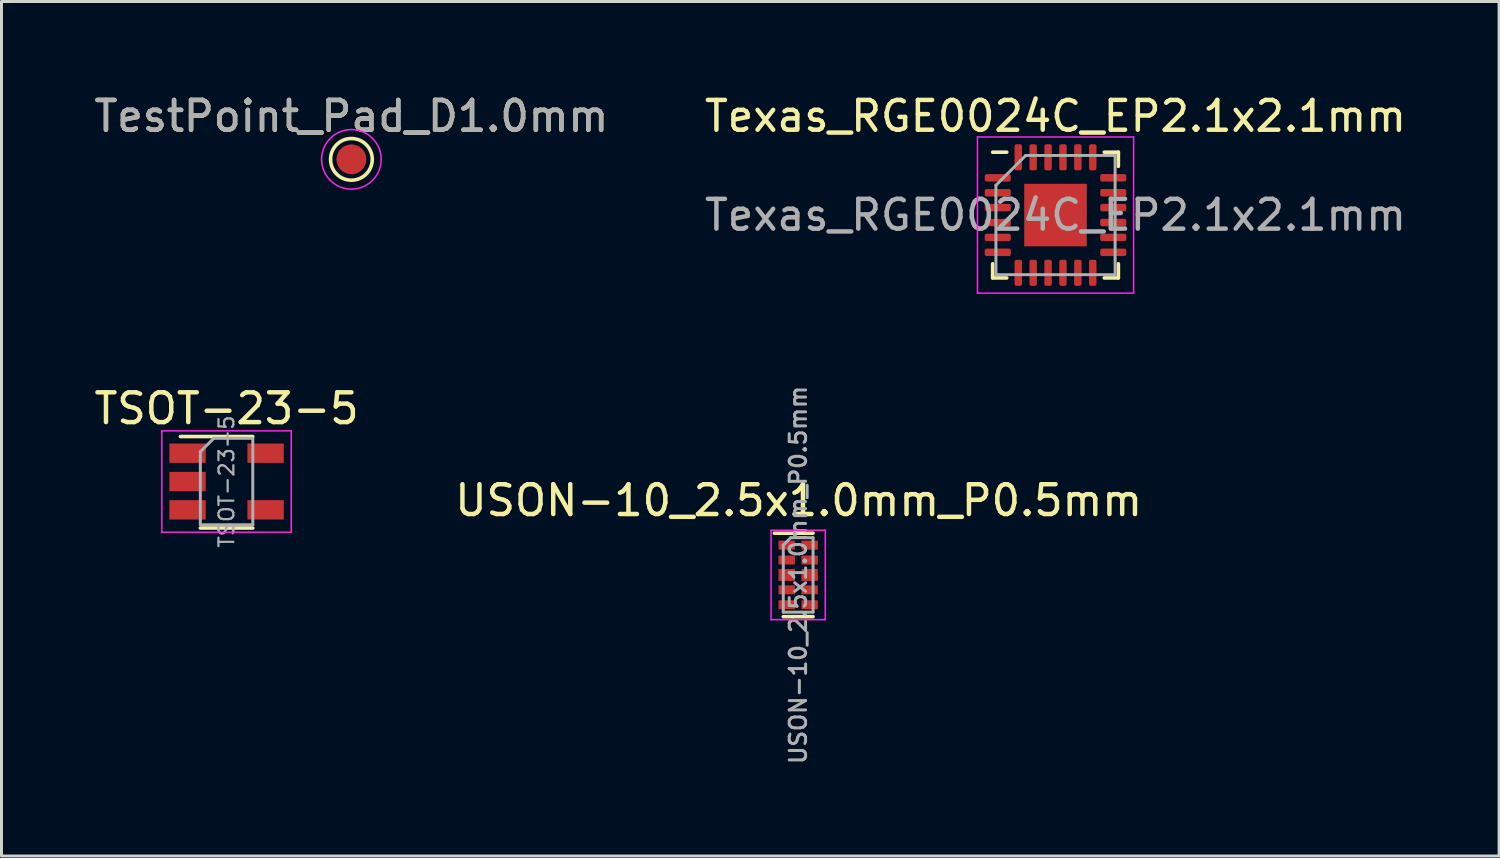
<source format=kicad_pcb>
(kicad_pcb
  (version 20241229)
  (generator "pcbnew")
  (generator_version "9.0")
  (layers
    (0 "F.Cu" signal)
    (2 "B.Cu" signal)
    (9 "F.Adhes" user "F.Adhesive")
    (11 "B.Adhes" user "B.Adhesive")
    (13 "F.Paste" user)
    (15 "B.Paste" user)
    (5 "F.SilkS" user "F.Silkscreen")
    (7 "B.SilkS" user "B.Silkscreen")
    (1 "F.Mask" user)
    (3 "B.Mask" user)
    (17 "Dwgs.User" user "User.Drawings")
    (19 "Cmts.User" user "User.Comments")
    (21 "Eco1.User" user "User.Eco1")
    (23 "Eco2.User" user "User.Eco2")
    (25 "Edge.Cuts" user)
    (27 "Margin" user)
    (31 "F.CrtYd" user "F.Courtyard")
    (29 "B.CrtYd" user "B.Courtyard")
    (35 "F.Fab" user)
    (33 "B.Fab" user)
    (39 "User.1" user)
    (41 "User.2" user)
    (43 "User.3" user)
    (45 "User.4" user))
  (footprint "USON-10_2.5x1.0mm_P0.5mm"
    (layer "F.Cu")
    (at 23.738 16.246)
    (property "Reference" "USON-10_2.5x1.0mm_P0.5mm" (at 0.018 -2.5 0) (layer "F.SilkS") (effects (font (size 1 1) (thickness 0.15))))
    (attr smd)
    (fp_line (start 0.5 -1.4) (end -0.8 -1.4) (stroke (width 0.12) (type solid)) (layer "F.SilkS"))
    (fp_line (start 0.5 1.4) (end -0.5 1.4) (stroke (width 0.12) (type solid)) (layer "F.SilkS"))
    (fp_line (start -0.91 -1.5) (end 0.91 -1.5) (stroke (width 0.05) (type solid)) (layer "F.CrtYd"))
    (fp_line (start -0.91 1.5) (end -0.91 -1.5) (stroke (width 0.05) (type solid)) (layer "F.CrtYd"))
    (fp_line (start 0.91 -1.5) (end 0.91 1.5) (stroke (width 0.05) (type solid)) (layer "F.CrtYd"))
    (fp_line (start 0.91 1.5) (end -0.91 1.5) (stroke (width 0.05) (type solid)) (layer "F.CrtYd"))
    (fp_line (start -0.5 -1) (end -0.5 1.25) (stroke (width 0.1) (type solid)) (layer "F.Fab"))
    (fp_line (start -0.5 1.25) (end 0.5 1.25) (stroke (width 0.1) (type solid)) (layer "F.Fab"))
    (fp_line (start -0.25 -1.25) (end -0.5 -1) (stroke (width 0.1) (type solid)) (layer "F.Fab"))
    (fp_line (start 0.5 -1.25) (end -0.25 -1.25) (stroke (width 0.1) (type solid)) (layer "F.Fab"))
    (fp_line (start 0.5 -1.25) (end 0.5 1.25) (stroke (width 0.1) (type solid)) (layer "F.Fab"))
    (fp_text user "${REFERENCE}" (at 0 0 90) (layer "F.Fab") (effects (font (size 0.55 0.55) (thickness 0.1))))
    (pad "1" smd rect (at -0.385 -1 270) (size 0.3 0.55) (layers "F.Cu" "F.Mask" "F.Paste"))
    (pad "2" smd rect (at -0.385 -0.5 270) (size 0.3 0.55) (layers "F.Cu" "F.Mask" "F.Paste"))
    (pad "3" smd rect (at -0.385 0 270) (size 0.4 0.55) (layers "F.Cu" "F.Mask" "F.Paste"))
    (pad "4" smd rect (at -0.385 0.5 270) (size 0.3 0.55) (layers "F.Cu" "F.Mask" "F.Paste"))
    (pad "5" smd rect (at -0.385 1 270) (size 0.3 0.55) (layers "F.Cu" "F.Mask" "F.Paste"))
    (pad "6" smd rect (at 0.385 1 270) (size 0.3 0.55) (layers "F.Cu" "F.Mask" "F.Paste"))
    (pad "7" smd rect (at 0.385 0.5 270) (size 0.3 0.55) (layers "F.Cu" "F.Mask" "F.Paste"))
    (pad "8" smd rect (at 0.385 0 270) (size 0.4 0.55) (layers "F.Cu" "F.Mask" "F.Paste"))
    (pad "9" smd rect (at 0.385 -0.5 270) (size 0.3 0.55) (layers "F.Cu" "F.Mask" "F.Paste"))
    (pad "10" smd rect (at 0.385 -1 270) (size 0.3 0.55) (layers "F.Cu" "F.Mask" "F.Paste")))
  (footprint "Texas_RGE0024C_EP2.1x2.1mm"
    (layer "F.Cu")
    (at 32.375 4.168)
    (property "Reference" "Texas_RGE0024C_EP2.1x2.1mm" (at 0 -3.32 0) (layer "F.SilkS") (effects (font (size 1 1) (thickness 0.15))))
    (attr smd)
    (fp_line (start -2.11 2.11) (end -2.11 1.635) (stroke (width 0.12) (type solid)) (layer "F.SilkS"))
    (fp_line (start -1.635 -2.11) (end -2.11 -2.11) (stroke (width 0.12) (type solid)) (layer "F.SilkS"))
    (fp_line (start -1.635 2.11) (end -2.11 2.11) (stroke (width 0.12) (type solid)) (layer "F.SilkS"))
    (fp_line (start 1.635 -2.11) (end 2.11 -2.11) (stroke (width 0.12) (type solid)) (layer "F.SilkS"))
    (fp_line (start 1.635 2.11) (end 2.11 2.11) (stroke (width 0.12) (type solid)) (layer "F.SilkS"))
    (fp_line (start 2.11 -2.11) (end 2.11 -1.635) (stroke (width 0.12) (type solid)) (layer "F.SilkS"))
    (fp_line (start 2.11 2.11) (end 2.11 1.635) (stroke (width 0.12) (type solid)) (layer "F.SilkS"))
    (fp_line (start -2.62 -2.62) (end -2.62 2.62) (stroke (width 0.05) (type solid)) (layer "F.CrtYd"))
    (fp_line (start -2.62 2.62) (end 2.62 2.62) (stroke (width 0.05) (type solid)) (layer "F.CrtYd"))
    (fp_line (start 2.62 -2.62) (end -2.62 -2.62) (stroke (width 0.05) (type solid)) (layer "F.CrtYd"))
    (fp_line (start 2.62 2.62) (end 2.62 -2.62) (stroke (width 0.05) (type solid)) (layer "F.CrtYd"))
    (fp_line (start -2 -1) (end -1 -2) (stroke (width 0.1) (type solid)) (layer "F.Fab"))
    (fp_line (start -2 2) (end -2 -1) (stroke (width 0.1) (type solid)) (layer "F.Fab"))
    (fp_line (start -1 -2) (end 2 -2) (stroke (width 0.1) (type solid)) (layer "F.Fab"))
    (fp_line (start 2 -2) (end 2 2) (stroke (width 0.1) (type solid)) (layer "F.Fab"))
    (fp_line (start 2 2) (end -2 2) (stroke (width 0.1) (type solid)) (layer "F.Fab"))
    (fp_text user "${REFERENCE}" (at 0 0 0) (layer "F.Fab") (effects (font (size 1 1) (thickness 0.15))))
    (pad "" smd roundrect (at -0.525 -0.525) (size 0.85 0.85) (layers "F.Paste") (roundrect_rratio 0.25))
    (pad "" smd roundrect (at -0.525 0.525) (size 0.85 0.85) (layers "F.Paste") (roundrect_rratio 0.25))
    (pad "" smd roundrect (at 0.525 -0.525) (size 0.85 0.85) (layers "F.Paste") (roundrect_rratio 0.25))
    (pad "" smd roundrect (at 0.525 0.525) (size 0.85 0.85) (layers "F.Paste") (roundrect_rratio 0.25))
    (pad "1" smd roundrect (at -1.938 -1.25) (size 0.875 0.25) (layers "F.Cu" "F.Mask" "F.Paste") (roundrect_rratio 0.25))
    (pad "2" smd roundrect (at -1.938 -0.75) (size 0.875 0.25) (layers "F.Cu" "F.Mask" "F.Paste") (roundrect_rratio 0.25))
    (pad "3" smd roundrect (at -1.938 -0.25) (size 0.875 0.25) (layers "F.Cu" "F.Mask" "F.Paste") (roundrect_rratio 0.25))
    (pad "4" smd roundrect (at -1.938 0.25) (size 0.875 0.25) (layers "F.Cu" "F.Mask" "F.Paste") (roundrect_rratio 0.25))
    (pad "5" smd roundrect (at -1.938 0.75) (size 0.875 0.25) (layers "F.Cu" "F.Mask" "F.Paste") (roundrect_rratio 0.25))
    (pad "6" smd roundrect (at -1.938 1.25) (size 0.875 0.25) (layers "F.Cu" "F.Mask" "F.Paste") (roundrect_rratio 0.25))
    (pad "7" smd roundrect (at -1.25 1.938) (size 0.25 0.875) (layers "F.Cu" "F.Mask" "F.Paste") (roundrect_rratio 0.25))
    (pad "8" smd roundrect (at -0.75 1.938) (size 0.25 0.875) (layers "F.Cu" "F.Mask" "F.Paste") (roundrect_rratio 0.25))
    (pad "9" smd roundrect (at -0.25 1.938) (size 0.25 0.875) (layers "F.Cu" "F.Mask" "F.Paste") (roundrect_rratio 0.25))
    (pad "10" smd roundrect (at 0.25 1.938) (size 0.25 0.875) (layers "F.Cu" "F.Mask" "F.Paste") (roundrect_rratio 0.25))
    (pad "11" smd roundrect (at 0.75 1.938) (size 0.25 0.875) (layers "F.Cu" "F.Mask" "F.Paste") (roundrect_rratio 0.25))
    (pad "12" smd roundrect (at 1.25 1.938) (size 0.25 0.875) (layers "F.Cu" "F.Mask" "F.Paste") (roundrect_rratio 0.25))
    (pad "13" smd roundrect (at 1.938 1.25) (size 0.875 0.25) (layers "F.Cu" "F.Mask" "F.Paste") (roundrect_rratio 0.25))
    (pad "14" smd roundrect (at 1.938 0.75) (size 0.875 0.25) (layers "F.Cu" "F.Mask" "F.Paste") (roundrect_rratio 0.25))
    (pad "15" smd roundrect (at 1.938 0.25) (size 0.875 0.25) (layers "F.Cu" "F.Mask" "F.Paste") (roundrect_rratio 0.25))
    (pad "16" smd roundrect (at 1.938 -0.25) (size 0.875 0.25) (layers "F.Cu" "F.Mask" "F.Paste") (roundrect_rratio 0.25))
    (pad "17" smd roundrect (at 1.938 -0.75) (size 0.875 0.25) (layers "F.Cu" "F.Mask" "F.Paste") (roundrect_rratio 0.25))
    (pad "18" smd roundrect (at 1.938 -1.25) (size 0.875 0.25) (layers "F.Cu" "F.Mask" "F.Paste") (roundrect_rratio 0.25))
    (pad "19" smd roundrect (at 1.25 -1.938) (size 0.25 0.875) (layers "F.Cu" "F.Mask" "F.Paste") (roundrect_rratio 0.25))
    (pad "20" smd roundrect (at 0.75 -1.938) (size 0.25 0.875) (layers "F.Cu" "F.Mask" "F.Paste") (roundrect_rratio 0.25))
    (pad "21" smd roundrect (at 0.25 -1.938) (size 0.25 0.875) (layers "F.Cu" "F.Mask" "F.Paste") (roundrect_rratio 0.25))
    (pad "22" smd roundrect (at -0.25 -1.938) (size 0.25 0.875) (layers "F.Cu" "F.Mask" "F.Paste") (roundrect_rratio 0.25))
    (pad "23" smd roundrect (at -0.75 -1.938) (size 0.25 0.875) (layers "F.Cu" "F.Mask" "F.Paste") (roundrect_rratio 0.25))
    (pad "24" smd roundrect (at -1.25 -1.938) (size 0.25 0.875) (layers "F.Cu" "F.Mask" "F.Paste") (roundrect_rratio 0.25))
    (pad "25" smd rect (at 0 0) (size 2.1 2.1) (layers "F.Cu" "F.Mask")))
  (footprint "TestPoint_Pad_D1.0mm"
    (layer "F.Cu")
    (at 8.744 2.298)
    (property "Reference" "TestPoint_Pad_D1.0mm" (at 0 -1.448 0) (layer "F.SilkS") (effects (font (size 1 1) (thickness 0.15))))
    (attr exclude_from_pos_files exclude_from_bom)
    (fp_circle (center 0 0) (end 0 0.7) (stroke (width 0.12) (type solid)) (fill no) (layer "F.SilkS"))
    (fp_circle (center 0 0) (end 1 0) (stroke (width 0.05) (type solid)) (fill no) (layer "F.CrtYd"))
    (fp_text user "${REFERENCE}" (at 0 -1.45 0) (layer "F.Fab") (effects (font (size 1 1) (thickness 0.15))))
    (pad "1" smd circle (at 0 0) (size 1 1) (layers "F.Cu" "F.Mask")))
  (footprint "TSOT-23-5"
    (layer "F.Cu")
    (at 4.554 13.111)
    (property "Reference" "TSOT-23-5" (at 0 -2.45 0) (layer "F.SilkS") (effects (font (size 1 1) (thickness 0.15))))
    (attr smd)
    (fp_line (start -0.88 1.56) (end 0.88 1.56) (stroke (width 0.12) (type solid)) (layer "F.SilkS"))
    (fp_line (start 0.88 -1.51) (end -1.55 -1.51) (stroke (width 0.12) (type solid)) (layer "F.SilkS"))
    (fp_line (start -2.17 -1.7) (end -2.17 1.7) (stroke (width 0.05) (type solid)) (layer "F.CrtYd"))
    (fp_line (start -2.17 -1.7) (end 2.17 -1.7) (stroke (width 0.05) (type solid)) (layer "F.CrtYd"))
    (fp_line (start 2.17 1.7) (end -2.17 1.7) (stroke (width 0.05) (type solid)) (layer "F.CrtYd"))
    (fp_line (start 2.17 1.7) (end 2.17 -1.7) (stroke (width 0.05) (type solid)) (layer "F.CrtYd"))
    (fp_line (start -0.88 -1) (end -0.88 1.45) (stroke (width 0.1) (type solid)) (layer "F.Fab"))
    (fp_line (start -0.88 -1) (end -0.43 -1.45) (stroke (width 0.1) (type solid)) (layer "F.Fab"))
    (fp_line (start 0.88 -1.45) (end -0.43 -1.45) (stroke (width 0.1) (type solid)) (layer "F.Fab"))
    (fp_line (start 0.88 -1.45) (end 0.88 1.45) (stroke (width 0.1) (type solid)) (layer "F.Fab"))
    (fp_line (start 0.88 1.45) (end -0.88 1.45) (stroke (width 0.1) (type solid)) (layer "F.Fab"))
    (fp_text user "${REFERENCE}" (at 0 0 90) (layer "F.Fab") (effects (font (size 0.5 0.5) (thickness 0.075))))
    (pad "1" smd rect (at -1.31 -0.95) (size 1.22 0.65) (layers "F.Cu" "F.Mask" "F.Paste"))
    (pad "2" smd rect (at -1.31 0) (size 1.22 0.65) (layers "F.Cu" "F.Mask" "F.Paste"))
    (pad "3" smd rect (at -1.31 0.95) (size 1.22 0.65) (layers "F.Cu" "F.Mask" "F.Paste"))
    (pad "4" smd rect (at 1.31 0.95) (size 1.22 0.65) (layers "F.Cu" "F.Mask" "F.Paste"))
    (pad "5" smd rect (at 1.31 -0.95) (size 1.22 0.65) (layers "F.Cu" "F.Mask" "F.Paste")))
  (gr_rect
    (start -3 -3)
    (end 47.262 25.679)
    (stroke (width 0.1) (type default))
    (fill no)
    (layer "Edge.Cuts")))
</source>
